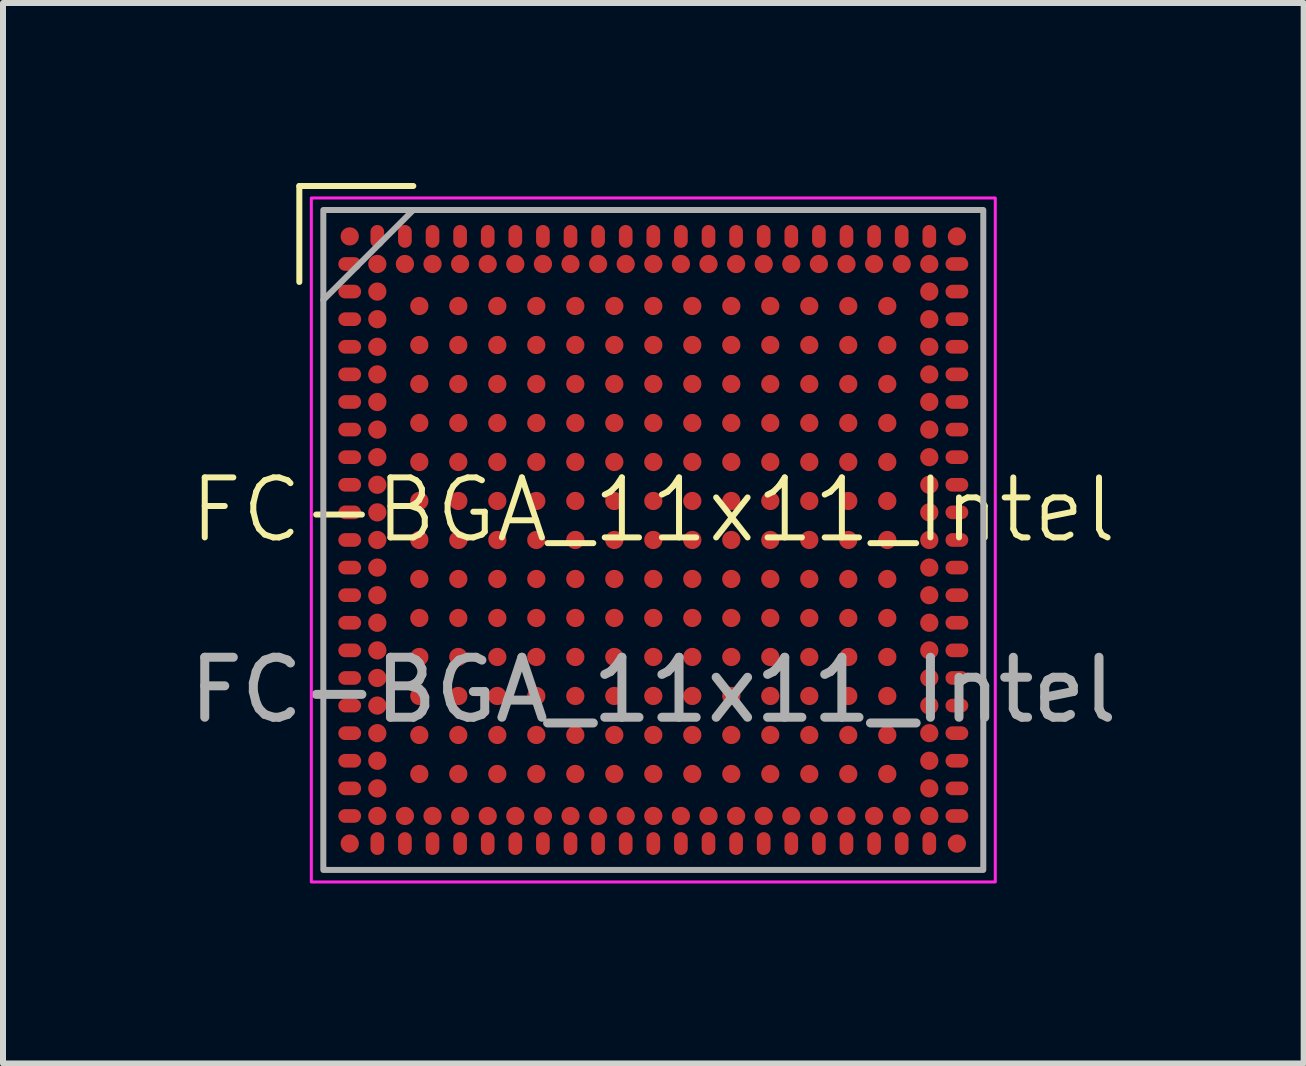
<source format=kicad_pcb>
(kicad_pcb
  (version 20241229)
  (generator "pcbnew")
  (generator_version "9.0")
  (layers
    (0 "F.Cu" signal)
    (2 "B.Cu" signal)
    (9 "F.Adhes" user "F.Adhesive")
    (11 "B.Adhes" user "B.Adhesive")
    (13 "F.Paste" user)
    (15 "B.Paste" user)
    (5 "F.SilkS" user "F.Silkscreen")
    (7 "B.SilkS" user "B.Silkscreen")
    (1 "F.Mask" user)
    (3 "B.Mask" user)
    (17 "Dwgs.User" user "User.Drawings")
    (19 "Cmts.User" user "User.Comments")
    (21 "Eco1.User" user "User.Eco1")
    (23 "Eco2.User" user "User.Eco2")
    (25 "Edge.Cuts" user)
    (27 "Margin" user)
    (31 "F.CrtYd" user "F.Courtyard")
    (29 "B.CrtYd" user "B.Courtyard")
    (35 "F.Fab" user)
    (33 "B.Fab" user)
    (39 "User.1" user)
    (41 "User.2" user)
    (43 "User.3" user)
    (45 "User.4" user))
  (footprint "FC-BGA_11x11_Intel"
    (layer "F.Cu")
    (at 7.839 5.95)
    (property "Reference" "FC-BGA_11x11_Intel" (at 0 -0.5 0) (unlocked yes) (layer "F.SilkS") (effects (font (size 1 1) (thickness 0.1))))
    (attr smd)
    (fp_line (start -5.9 -5.9) (end -5.9 -4.3) (stroke (width 0.1) (type default)) (layer "F.SilkS"))
    (fp_line (start -4 -5.9) (end -5.9 -5.9) (stroke (width 0.1) (type default)) (layer "F.SilkS"))
    (fp_rect (start -5.7 -5.7) (end 5.7 5.7) (stroke (width 0.05) (type default)) (fill no) (layer "F.CrtYd"))
    (fp_line (start -5.5 -4) (end -4 -5.5) (stroke (width 0.1) (type default)) (layer "F.Fab"))
    (fp_rect (start -5.5 -5.5) (end 5.5 5.5) (stroke (width 0.1) (type default)) (fill no) (layer "F.Fab"))
    (fp_text user "${REFERENCE}" (at 0 2.5 0) (unlocked yes) (layer "F.Fab") (effects (font (size 1 1) (thickness 0.15))))
    (pad "A1" smd circle (at -5.06 -5.06) (size 0.304 0.304) (layers "F.Cu" "F.Mask" "F.Paste"))
    (pad "A2" smd oval (at -4.6 -5.06) (size 0.228 0.38) (layers "F.Cu" "F.Mask" "F.Paste"))
    (pad "A3" smd oval (at -4.14 -5.06) (size 0.228 0.38) (layers "F.Cu" "F.Mask" "F.Paste"))
    (pad "A4" smd oval (at -3.68 -5.06) (size 0.228 0.38) (layers "F.Cu" "F.Mask" "F.Paste"))
    (pad "A5" smd oval (at -3.22 -5.06) (size 0.228 0.38) (layers "F.Cu" "F.Mask" "F.Paste"))
    (pad "A6" smd oval (at -2.76 -5.06) (size 0.228 0.38) (layers "F.Cu" "F.Mask" "F.Paste"))
    (pad "A7" smd oval (at -2.3 -5.06) (size 0.228 0.38) (layers "F.Cu" "F.Mask" "F.Paste"))
    (pad "A8" smd oval (at -1.84 -5.06) (size 0.228 0.38) (layers "F.Cu" "F.Mask" "F.Paste"))
    (pad "A9" smd oval (at -1.38 -5.06) (size 0.228 0.38) (layers "F.Cu" "F.Mask" "F.Paste"))
    (pad "A10" smd oval (at -0.92 -5.06) (size 0.228 0.38) (layers "F.Cu" "F.Mask" "F.Paste"))
    (pad "A11" smd oval (at -0.46 -5.06) (size 0.228 0.38) (layers "F.Cu" "F.Mask" "F.Paste"))
    (pad "A12" smd oval (at 0 -5.06) (size 0.228 0.38) (layers "F.Cu" "F.Mask" "F.Paste"))
    (pad "A13" smd oval (at 0.46 -5.06) (size 0.228 0.38) (layers "F.Cu" "F.Mask" "F.Paste"))
    (pad "A14" smd oval (at 0.92 -5.06) (size 0.228 0.38) (layers "F.Cu" "F.Mask" "F.Paste"))
    (pad "A15" smd oval (at 1.38 -5.06) (size 0.228 0.38) (layers "F.Cu" "F.Mask" "F.Paste"))
    (pad "A16" smd oval (at 1.84 -5.06) (size 0.228 0.38) (layers "F.Cu" "F.Mask" "F.Paste"))
    (pad "A17" smd oval (at 2.3 -5.06) (size 0.228 0.38) (layers "F.Cu" "F.Mask" "F.Paste"))
    (pad "A18" smd oval (at 2.76 -5.06) (size 0.228 0.38) (layers "F.Cu" "F.Mask" "F.Paste"))
    (pad "A19" smd oval (at 3.22 -5.06) (size 0.228 0.38) (layers "F.Cu" "F.Mask" "F.Paste"))
    (pad "A20" smd oval (at 3.68 -5.06) (size 0.228 0.38) (layers "F.Cu" "F.Mask" "F.Paste"))
    (pad "A21" smd oval (at 4.14 -5.06) (size 0.228 0.38) (layers "F.Cu" "F.Mask" "F.Paste"))
    (pad "A22" smd oval (at 4.6 -5.06) (size 0.228 0.38) (layers "F.Cu" "F.Mask" "F.Paste"))
    (pad "A23" smd circle (at 5.06 -5.06) (size 0.304 0.304) (layers "F.Cu" "F.Mask" "F.Paste"))
    (pad "AA1" smd oval (at -5.06 4.14) (size 0.38 0.228) (layers "F.Cu" "F.Mask" "F.Paste"))
    (pad "AA2" smd circle (at -4.6 4.14) (size 0.304 0.304) (layers "F.Cu" "F.Mask" "F.Paste"))
    (pad "AA22" smd circle (at 4.6 4.14) (size 0.304 0.304) (layers "F.Cu" "F.Mask" "F.Paste"))
    (pad "AA23" smd oval (at 5.06 4.14) (size 0.38 0.228) (layers "F.Cu" "F.Mask" "F.Paste"))
    (pad "AB1" smd oval (at -5.06 4.6) (size 0.38 0.228) (layers "F.Cu" "F.Mask" "F.Paste"))
    (pad "AB2" smd circle (at -4.6 4.6) (size 0.304 0.304) (layers "F.Cu" "F.Mask" "F.Paste"))
    (pad "AB3" smd circle (at -4.14 4.6) (size 0.304 0.304) (layers "F.Cu" "F.Mask" "F.Paste"))
    (pad "AB4" smd circle (at -3.68 4.6) (size 0.304 0.304) (layers "F.Cu" "F.Mask" "F.Paste"))
    (pad "AB5" smd circle (at -3.22 4.6) (size 0.304 0.304) (layers "F.Cu" "F.Mask" "F.Paste"))
    (pad "AB6" smd circle (at -2.76 4.6) (size 0.304 0.304) (layers "F.Cu" "F.Mask" "F.Paste"))
    (pad "AB7" smd circle (at -2.3 4.6) (size 0.304 0.304) (layers "F.Cu" "F.Mask" "F.Paste"))
    (pad "AB8" smd circle (at -1.84 4.6) (size 0.304 0.304) (layers "F.Cu" "F.Mask" "F.Paste"))
    (pad "AB9" smd circle (at -1.38 4.6) (size 0.304 0.304) (layers "F.Cu" "F.Mask" "F.Paste"))
    (pad "AB10" smd circle (at -0.92 4.6) (size 0.304 0.304) (layers "F.Cu" "F.Mask" "F.Paste"))
    (pad "AB11" smd circle (at -0.46 4.6) (size 0.304 0.304) (layers "F.Cu" "F.Mask" "F.Paste"))
    (pad "AB12" smd circle (at 0 4.6) (size 0.304 0.304) (layers "F.Cu" "F.Mask" "F.Paste"))
    (pad "AB13" smd circle (at 0.46 4.6) (size 0.304 0.304) (layers "F.Cu" "F.Mask" "F.Paste"))
    (pad "AB14" smd circle (at 0.92 4.6) (size 0.304 0.304) (layers "F.Cu" "F.Mask" "F.Paste"))
    (pad "AB15" smd circle (at 1.38 4.6) (size 0.304 0.304) (layers "F.Cu" "F.Mask" "F.Paste"))
    (pad "AB16" smd circle (at 1.84 4.6) (size 0.304 0.304) (layers "F.Cu" "F.Mask" "F.Paste"))
    (pad "AB17" smd circle (at 2.3 4.6) (size 0.304 0.304) (layers "F.Cu" "F.Mask" "F.Paste"))
    (pad "AB18" smd circle (at 2.76 4.6) (size 0.304 0.304) (layers "F.Cu" "F.Mask" "F.Paste"))
    (pad "AB19" smd circle (at 3.22 4.6) (size 0.304 0.304) (layers "F.Cu" "F.Mask" "F.Paste"))
    (pad "AB20" smd circle (at 3.68 4.6) (size 0.304 0.304) (layers "F.Cu" "F.Mask" "F.Paste"))
    (pad "AB21" smd circle (at 4.14 4.6) (size 0.304 0.304) (layers "F.Cu" "F.Mask" "F.Paste"))
    (pad "AB22" smd circle (at 4.6 4.6) (size 0.304 0.304) (layers "F.Cu" "F.Mask" "F.Paste"))
    (pad "AB23" smd oval (at 5.06 4.6) (size 0.38 0.228) (layers "F.Cu" "F.Mask" "F.Paste"))
    (pad "AC1" smd circle (at -5.06 5.06) (size 0.304 0.304) (layers "F.Cu" "F.Mask" "F.Paste"))
    (pad "AC2" smd oval (at -4.6 5.06) (size 0.228 0.38) (layers "F.Cu" "F.Mask" "F.Paste"))
    (pad "AC3" smd oval (at -4.14 5.06) (size 0.228 0.38) (layers "F.Cu" "F.Mask" "F.Paste"))
    (pad "AC4" smd oval (at -3.68 5.06) (size 0.228 0.38) (layers "F.Cu" "F.Mask" "F.Paste"))
    (pad "AC5" smd oval (at -3.22 5.06) (size 0.228 0.38) (layers "F.Cu" "F.Mask" "F.Paste"))
    (pad "AC6" smd oval (at -2.76 5.06) (size 0.228 0.38) (layers "F.Cu" "F.Mask" "F.Paste"))
    (pad "AC7" smd oval (at -2.3 5.06) (size 0.228 0.38) (layers "F.Cu" "F.Mask" "F.Paste"))
    (pad "AC8" smd oval (at -1.84 5.06) (size 0.228 0.38) (layers "F.Cu" "F.Mask" "F.Paste"))
    (pad "AC9" smd oval (at -1.38 5.06) (size 0.228 0.38) (layers "F.Cu" "F.Mask" "F.Paste"))
    (pad "AC10" smd oval (at -0.92 5.06) (size 0.228 0.38) (layers "F.Cu" "F.Mask" "F.Paste"))
    (pad "AC11" smd oval (at -0.46 5.06) (size 0.228 0.38) (layers "F.Cu" "F.Mask" "F.Paste"))
    (pad "AC12" smd oval (at 0 5.06) (size 0.228 0.38) (layers "F.Cu" "F.Mask" "F.Paste"))
    (pad "AC13" smd oval (at 0.46 5.06) (size 0.228 0.38) (layers "F.Cu" "F.Mask" "F.Paste"))
    (pad "AC14" smd oval (at 0.92 5.06) (size 0.228 0.38) (layers "F.Cu" "F.Mask" "F.Paste"))
    (pad "AC15" smd oval (at 1.38 5.06) (size 0.228 0.38) (layers "F.Cu" "F.Mask" "F.Paste"))
    (pad "AC16" smd oval (at 1.84 5.06) (size 0.228 0.38) (layers "F.Cu" "F.Mask" "F.Paste"))
    (pad "AC17" smd oval (at 2.3 5.06) (size 0.228 0.38) (layers "F.Cu" "F.Mask" "F.Paste"))
    (pad "AC18" smd oval (at 2.76 5.06) (size 0.228 0.38) (layers "F.Cu" "F.Mask" "F.Paste"))
    (pad "AC19" smd oval (at 3.22 5.06) (size 0.228 0.38) (layers "F.Cu" "F.Mask" "F.Paste"))
    (pad "AC20" smd oval (at 3.68 5.06) (size 0.228 0.38) (layers "F.Cu" "F.Mask" "F.Paste"))
    (pad "AC21" smd oval (at 4.14 5.06) (size 0.228 0.38) (layers "F.Cu" "F.Mask" "F.Paste"))
    (pad "AC22" smd oval (at 4.6 5.06) (size 0.228 0.38) (layers "F.Cu" "F.Mask" "F.Paste"))
    (pad "AC23" smd circle (at 5.06 5.06) (size 0.304 0.304) (layers "F.Cu" "F.Mask" "F.Paste"))
    (pad "B1" smd oval (at -5.06 -4.6) (size 0.38 0.228) (layers "F.Cu" "F.Mask" "F.Paste"))
    (pad "B2" smd circle (at -4.6 -4.6) (size 0.304 0.304) (layers "F.Cu" "F.Mask" "F.Paste"))
    (pad "B3" smd circle (at -4.14 -4.6) (size 0.304 0.304) (layers "F.Cu" "F.Mask" "F.Paste"))
    (pad "B4" smd circle (at -3.68 -4.6) (size 0.304 0.304) (layers "F.Cu" "F.Mask" "F.Paste"))
    (pad "B5" smd circle (at -3.22 -4.6) (size 0.304 0.304) (layers "F.Cu" "F.Mask" "F.Paste"))
    (pad "B6" smd circle (at -2.76 -4.6) (size 0.304 0.304) (layers "F.Cu" "F.Mask" "F.Paste"))
    (pad "B7" smd circle (at -2.3 -4.6) (size 0.304 0.304) (layers "F.Cu" "F.Mask" "F.Paste"))
    (pad "B8" smd circle (at -1.84 -4.6) (size 0.304 0.304) (layers "F.Cu" "F.Mask" "F.Paste"))
    (pad "B9" smd circle (at -1.38 -4.6) (size 0.304 0.304) (layers "F.Cu" "F.Mask" "F.Paste"))
    (pad "B10" smd circle (at -0.92 -4.6) (size 0.304 0.304) (layers "F.Cu" "F.Mask" "F.Paste"))
    (pad "B11" smd circle (at -0.46 -4.6) (size 0.304 0.304) (layers "F.Cu" "F.Mask" "F.Paste"))
    (pad "B12" smd circle (at 0 -4.6) (size 0.304 0.304) (layers "F.Cu" "F.Mask" "F.Paste"))
    (pad "B13" smd circle (at 0.46 -4.6) (size 0.304 0.304) (layers "F.Cu" "F.Mask" "F.Paste"))
    (pad "B14" smd circle (at 0.92 -4.6) (size 0.304 0.304) (layers "F.Cu" "F.Mask" "F.Paste"))
    (pad "B15" smd circle (at 1.38 -4.6) (size 0.304 0.304) (layers "F.Cu" "F.Mask" "F.Paste"))
    (pad "B16" smd circle (at 1.84 -4.6) (size 0.304 0.304) (layers "F.Cu" "F.Mask" "F.Paste"))
    (pad "B17" smd circle (at 2.3 -4.6) (size 0.304 0.304) (layers "F.Cu" "F.Mask" "F.Paste"))
    (pad "B18" smd circle (at 2.76 -4.6) (size 0.304 0.304) (layers "F.Cu" "F.Mask" "F.Paste"))
    (pad "B19" smd circle (at 3.22 -4.6) (size 0.304 0.304) (layers "F.Cu" "F.Mask" "F.Paste"))
    (pad "B20" smd circle (at 3.68 -4.6) (size 0.304 0.304) (layers "F.Cu" "F.Mask" "F.Paste"))
    (pad "B21" smd circle (at 4.14 -4.6) (size 0.304 0.304) (layers "F.Cu" "F.Mask" "F.Paste"))
    (pad "B22" smd circle (at 4.6 -4.6) (size 0.304 0.304) (layers "F.Cu" "F.Mask" "F.Paste"))
    (pad "B23" smd oval (at 5.06 -4.6) (size 0.38 0.228) (layers "F.Cu" "F.Mask" "F.Paste"))
    (pad "C1" smd oval (at -5.06 -4.14) (size 0.38 0.228) (layers "F.Cu" "F.Mask" "F.Paste"))
    (pad "C2" smd circle (at -4.6 -4.14) (size 0.304 0.304) (layers "F.Cu" "F.Mask" "F.Paste"))
    (pad "C22" smd circle (at 4.6 -4.14) (size 0.304 0.304) (layers "F.Cu" "F.Mask" "F.Paste"))
    (pad "C23" smd oval (at 5.06 -4.14) (size 0.38 0.228) (layers "F.Cu" "F.Mask" "F.Paste"))
    (pad "D1" smd oval (at -5.06 -3.68) (size 0.38 0.228) (layers "F.Cu" "F.Mask" "F.Paste"))
    (pad "D2" smd circle (at -4.6 -3.68) (size 0.304 0.304) (layers "F.Cu" "F.Mask" "F.Paste"))
    (pad "D4" smd circle (at -3.9 -3.9) (size 0.304 0.304) (layers "F.Cu" "F.Mask" "F.Paste"))
    (pad "D5" smd circle (at -3.25 -3.9) (size 0.304 0.304) (layers "F.Cu" "F.Mask" "F.Paste"))
    (pad "D6" smd circle (at -2.6 -3.9) (size 0.304 0.304) (layers "F.Cu" "F.Mask" "F.Paste"))
    (pad "D8" smd circle (at -1.95 -3.9) (size 0.304 0.304) (layers "F.Cu" "F.Mask" "F.Paste"))
    (pad "D9" smd circle (at -1.3 -3.9) (size 0.304 0.304) (layers "F.Cu" "F.Mask" "F.Paste"))
    (pad "D11" smd circle (at -0.65 -3.9) (size 0.304 0.304) (layers "F.Cu" "F.Mask" "F.Paste"))
    (pad "D12" smd circle (at 0 -3.9 90) (size 0.304 0.304) (layers "F.Cu" "F.Mask" "F.Paste"))
    (pad "D13" smd circle (at 0.65 -3.9) (size 0.304 0.304) (layers "F.Cu" "F.Mask" "F.Paste"))
    (pad "D15" smd circle (at 1.3 -3.9) (size 0.304 0.304) (layers "F.Cu" "F.Mask" "F.Paste"))
    (pad "D16" smd circle (at 1.95 -3.9) (size 0.304 0.304) (layers "F.Cu" "F.Mask" "F.Paste"))
    (pad "D18" smd circle (at 2.6 -3.9) (size 0.304 0.304) (layers "F.Cu" "F.Mask" "F.Paste"))
    (pad "D19" smd circle (at 3.25 -3.9) (size 0.304 0.304) (layers "F.Cu" "F.Mask" "F.Paste"))
    (pad "D20" smd circle (at 3.9 -3.9) (size 0.304 0.304) (layers "F.Cu" "F.Mask" "F.Paste"))
    (pad "D22" smd circle (at 4.6 -3.68) (size 0.304 0.304) (layers "F.Cu" "F.Mask" "F.Paste"))
    (pad "D23" smd oval (at 5.06 -3.68) (size 0.38 0.228) (layers "F.Cu" "F.Mask" "F.Paste"))
    (pad "E1" smd oval (at -5.06 -3.22) (size 0.38 0.228) (layers "F.Cu" "F.Mask" "F.Paste"))
    (pad "E2" smd circle (at -4.6 -3.22) (size 0.304 0.304) (layers "F.Cu" "F.Mask" "F.Paste"))
    (pad "E4" smd circle (at -3.9 -3.25) (size 0.304 0.304) (layers "F.Cu" "F.Mask" "F.Paste"))
    (pad "E5" smd circle (at -3.25 -3.25) (size 0.304 0.304) (layers "F.Cu" "F.Mask" "F.Paste"))
    (pad "E6" smd circle (at -2.6 -3.25) (size 0.304 0.304) (layers "F.Cu" "F.Mask" "F.Paste"))
    (pad "E8" smd circle (at -1.95 -3.25) (size 0.304 0.304) (layers "F.Cu" "F.Mask" "F.Paste"))
    (pad "E9" smd circle (at -1.3 -3.25) (size 0.304 0.304) (layers "F.Cu" "F.Mask" "F.Paste"))
    (pad "E11" smd circle (at -0.65 -3.25) (size 0.304 0.304) (layers "F.Cu" "F.Mask" "F.Paste"))
    (pad "E12" smd circle (at 0 -3.25) (size 0.304 0.304) (layers "F.Cu" "F.Mask" "F.Paste"))
    (pad "E13" smd circle (at 0.65 -3.25) (size 0.304 0.304) (layers "F.Cu" "F.Mask" "F.Paste"))
    (pad "E15" smd circle (at 1.3 -3.25) (size 0.304 0.304) (layers "F.Cu" "F.Mask" "F.Paste"))
    (pad "E16" smd circle (at 1.95 -3.25) (size 0.304 0.304) (layers "F.Cu" "F.Mask" "F.Paste"))
    (pad "E18" smd circle (at 2.6 -3.25) (size 0.304 0.304) (layers "F.Cu" "F.Mask" "F.Paste"))
    (pad "E19" smd circle (at 3.25 -3.25) (size 0.304 0.304) (layers "F.Cu" "F.Mask" "F.Paste"))
    (pad "E20" smd circle (at 3.9 -3.25) (size 0.304 0.304) (layers "F.Cu" "F.Mask" "F.Paste"))
    (pad "E22" smd circle (at 4.6 -3.22) (size 0.304 0.304) (layers "F.Cu" "F.Mask" "F.Paste"))
    (pad "E23" smd oval (at 5.06 -3.22) (size 0.38 0.228) (layers "F.Cu" "F.Mask" "F.Paste"))
    (pad "F1" smd oval (at -5.06 -2.76) (size 0.38 0.228) (layers "F.Cu" "F.Mask" "F.Paste"))
    (pad "F2" smd circle (at -4.6 -2.76) (size 0.304 0.304) (layers "F.Cu" "F.Mask" "F.Paste"))
    (pad "F4" smd circle (at -3.9 -2.6) (size 0.304 0.304) (layers "F.Cu" "F.Mask" "F.Paste"))
    (pad "F5" smd circle (at -3.25 -2.6) (size 0.304 0.304) (layers "F.Cu" "F.Mask" "F.Paste"))
    (pad "F6" smd circle (at -2.6 -2.6) (size 0.304 0.304) (layers "F.Cu" "F.Mask" "F.Paste"))
    (pad "F8" smd circle (at -1.95 -2.6) (size 0.304 0.304) (layers "F.Cu" "F.Mask" "F.Paste"))
    (pad "F9" smd circle (at -1.3 -2.6) (size 0.304 0.304) (layers "F.Cu" "F.Mask" "F.Paste"))
    (pad "F11" smd circle (at -0.65 -2.6) (size 0.304 0.304) (layers "F.Cu" "F.Mask" "F.Paste"))
    (pad "F12" smd circle (at 0 -2.6) (size 0.304 0.304) (layers "F.Cu" "F.Mask" "F.Paste"))
    (pad "F13" smd circle (at 0.65 -2.6) (size 0.304 0.304) (layers "F.Cu" "F.Mask" "F.Paste"))
    (pad "F15" smd circle (at 1.3 -2.6) (size 0.304 0.304) (layers "F.Cu" "F.Mask" "F.Paste"))
    (pad "F16" smd circle (at 1.95 -2.6) (size 0.304 0.304) (layers "F.Cu" "F.Mask" "F.Paste"))
    (pad "F18" smd circle (at 2.6 -2.6) (size 0.304 0.304) (layers "F.Cu" "F.Mask" "F.Paste"))
    (pad "F19" smd circle (at 3.25 -2.6) (size 0.304 0.304) (layers "F.Cu" "F.Mask" "F.Paste"))
    (pad "F20" smd circle (at 3.9 -2.6) (size 0.304 0.304) (layers "F.Cu" "F.Mask" "F.Paste"))
    (pad "F22" smd circle (at 4.6 -2.76) (size 0.304 0.304) (layers "F.Cu" "F.Mask" "F.Paste"))
    (pad "F23" smd oval (at 5.06 -2.76) (size 0.38 0.228) (layers "F.Cu" "F.Mask" "F.Paste"))
    (pad "G1" smd oval (at -5.06 -2.3) (size 0.38 0.228) (layers "F.Cu" "F.Mask" "F.Paste"))
    (pad "G2" smd circle (at -4.6 -2.3) (size 0.304 0.304) (layers "F.Cu" "F.Mask" "F.Paste"))
    (pad "G22" smd circle (at 4.6 -2.3) (size 0.304 0.304) (layers "F.Cu" "F.Mask" "F.Paste"))
    (pad "G23" smd oval (at 5.06 -2.3) (size 0.38 0.228) (layers "F.Cu" "F.Mask" "F.Paste"))
    (pad "H1" smd oval (at -5.06 -1.84) (size 0.38 0.228) (layers "F.Cu" "F.Mask" "F.Paste"))
    (pad "H2" smd circle (at -4.6 -1.84) (size 0.304 0.304) (layers "F.Cu" "F.Mask" "F.Paste"))
    (pad "H4" smd circle (at -3.9 -1.95) (size 0.304 0.304) (layers "F.Cu" "F.Mask" "F.Paste"))
    (pad "H5" smd circle (at -3.25 -1.95) (size 0.304 0.304) (layers "F.Cu" "F.Mask" "F.Paste"))
    (pad "H6" smd circle (at -2.6 -1.95) (size 0.304 0.304) (layers "F.Cu" "F.Mask" "F.Paste"))
    (pad "H8" smd circle (at -1.95 -1.95) (size 0.304 0.304) (layers "F.Cu" "F.Mask" "F.Paste"))
    (pad "H9" smd circle (at -1.3 -1.95) (size 0.304 0.304) (layers "F.Cu" "F.Mask" "F.Paste"))
    (pad "H11" smd circle (at -0.65 -1.95) (size 0.304 0.304) (layers "F.Cu" "F.Mask" "F.Paste"))
    (pad "H12" smd circle (at 0 -1.95) (size 0.304 0.304) (layers "F.Cu" "F.Mask" "F.Paste"))
    (pad "H13" smd circle (at 0.65 -1.95) (size 0.304 0.304) (layers "F.Cu" "F.Mask" "F.Paste"))
    (pad "H15" smd circle (at 1.3 -1.95) (size 0.304 0.304) (layers "F.Cu" "F.Mask" "F.Paste"))
    (pad "H16" smd circle (at 1.95 -1.95) (size 0.304 0.304) (layers "F.Cu" "F.Mask" "F.Paste"))
    (pad "H18" smd circle (at 2.6 -1.95) (size 0.304 0.304) (layers "F.Cu" "F.Mask" "F.Paste"))
    (pad "H19" smd circle (at 3.25 -1.95) (size 0.304 0.304) (layers "F.Cu" "F.Mask" "F.Paste"))
    (pad "H20" smd circle (at 3.9 -1.95) (size 0.304 0.304) (layers "F.Cu" "F.Mask" "F.Paste"))
    (pad "H22" smd circle (at 4.6 -1.84) (size 0.304 0.304) (layers "F.Cu" "F.Mask" "F.Paste"))
    (pad "H23" smd oval (at 5.06 -1.84) (size 0.38 0.228) (layers "F.Cu" "F.Mask" "F.Paste"))
    (pad "J1" smd oval (at -5.06 -1.38) (size 0.38 0.228) (layers "F.Cu" "F.Mask" "F.Paste"))
    (pad "J2" smd circle (at -4.6 -1.38) (size 0.304 0.304) (layers "F.Cu" "F.Mask" "F.Paste"))
    (pad "J4" smd circle (at -3.9 -1.3) (size 0.304 0.304) (layers "F.Cu" "F.Mask" "F.Paste"))
    (pad "J5" smd circle (at -3.25 -1.3) (size 0.304 0.304) (layers "F.Cu" "F.Mask" "F.Paste"))
    (pad "J6" smd circle (at -2.6 -1.3) (size 0.304 0.304) (layers "F.Cu" "F.Mask" "F.Paste"))
    (pad "J8" smd circle (at -1.95 -1.3) (size 0.304 0.304) (layers "F.Cu" "F.Mask" "F.Paste"))
    (pad "J9" smd circle (at -1.3 -1.3) (size 0.304 0.304) (layers "F.Cu" "F.Mask" "F.Paste"))
    (pad "J11" smd circle (at -0.65 -1.3) (size 0.304 0.304) (layers "F.Cu" "F.Mask" "F.Paste"))
    (pad "J12" smd circle (at 0 -1.3) (size 0.304 0.304) (layers "F.Cu" "F.Mask" "F.Paste"))
    (pad "J13" smd circle (at 0.65 -1.3) (size 0.304 0.304) (layers "F.Cu" "F.Mask" "F.Paste"))
    (pad "J15" smd circle (at 1.3 -1.3) (size 0.304 0.304) (layers "F.Cu" "F.Mask" "F.Paste"))
    (pad "J16" smd circle (at 1.95 -1.3) (size 0.304 0.304) (layers "F.Cu" "F.Mask" "F.Paste"))
    (pad "J18" smd circle (at 2.6 -1.3) (size 0.304 0.304) (layers "F.Cu" "F.Mask" "F.Paste"))
    (pad "J19" smd circle (at 3.25 -1.3) (size 0.304 0.304) (layers "F.Cu" "F.Mask" "F.Paste"))
    (pad "J20" smd circle (at 3.9 -1.3) (size 0.304 0.304) (layers "F.Cu" "F.Mask" "F.Paste"))
    (pad "J22" smd circle (at 4.6 -1.38) (size 0.304 0.304) (layers "F.Cu" "F.Mask" "F.Paste"))
    (pad "J23" smd oval (at 5.06 -1.38) (size 0.38 0.228) (layers "F.Cu" "F.Mask" "F.Paste"))
    (pad "K1" smd oval (at -5.06 -0.92) (size 0.38 0.228) (layers "F.Cu" "F.Mask" "F.Paste"))
    (pad "K2" smd circle (at -4.6 -0.92) (size 0.304 0.304) (layers "F.Cu" "F.Mask" "F.Paste"))
    (pad "K22" smd circle (at 4.6 -0.92) (size 0.304 0.304) (layers "F.Cu" "F.Mask" "F.Paste"))
    (pad "K23" smd oval (at 5.06 -0.92) (size 0.38 0.228) (layers "F.Cu" "F.Mask" "F.Paste"))
    (pad "L1" smd oval (at -5.06 -0.46) (size 0.38 0.228) (layers "F.Cu" "F.Mask" "F.Paste"))
    (pad "L2" smd circle (at -4.6 -0.46) (size 0.304 0.304) (layers "F.Cu" "F.Mask" "F.Paste"))
    (pad "L4" smd circle (at -3.9 -0.65) (size 0.304 0.304) (layers "F.Cu" "F.Mask" "F.Paste"))
    (pad "L5" smd circle (at -3.25 -0.65) (size 0.304 0.304) (layers "F.Cu" "F.Mask" "F.Paste"))
    (pad "L6" smd circle (at -2.6 -0.65) (size 0.304 0.304) (layers "F.Cu" "F.Mask" "F.Paste"))
    (pad "L8" smd circle (at -1.95 -0.65) (size 0.304 0.304) (layers "F.Cu" "F.Mask" "F.Paste"))
    (pad "L9" smd circle (at -1.3 -0.65) (size 0.304 0.304) (layers "F.Cu" "F.Mask" "F.Paste"))
    (pad "L11" smd circle (at -0.65 -0.65) (size 0.304 0.304) (layers "F.Cu" "F.Mask" "F.Paste"))
    (pad "L12" smd circle (at 0 -0.65) (size 0.304 0.304) (layers "F.Cu" "F.Mask" "F.Paste"))
    (pad "L13" smd circle (at 0.65 -0.65) (size 0.304 0.304) (layers "F.Cu" "F.Mask" "F.Paste"))
    (pad "L15" smd circle (at 1.3 -0.65) (size 0.304 0.304) (layers "F.Cu" "F.Mask" "F.Paste"))
    (pad "L16" smd circle (at 1.95 -0.65) (size 0.304 0.304) (layers "F.Cu" "F.Mask" "F.Paste"))
    (pad "L18" smd circle (at 2.6 -0.65) (size 0.304 0.304) (layers "F.Cu" "F.Mask" "F.Paste"))
    (pad "L19" smd circle (at 3.25 -0.65) (size 0.304 0.304) (layers "F.Cu" "F.Mask" "F.Paste"))
    (pad "L20" smd circle (at 3.9 -0.65) (size 0.304 0.304) (layers "F.Cu" "F.Mask" "F.Paste"))
    (pad "L22" smd circle (at 4.6 -0.46) (size 0.304 0.304) (layers "F.Cu" "F.Mask" "F.Paste"))
    (pad "L23" smd oval (at 5.06 -0.46) (size 0.38 0.228) (layers "F.Cu" "F.Mask" "F.Paste"))
    (pad "M1" smd oval (at -5.06 0) (size 0.38 0.228) (layers "F.Cu" "F.Mask" "F.Paste"))
    (pad "M2" smd circle (at -4.6 0) (size 0.304 0.304) (layers "F.Cu" "F.Mask" "F.Paste"))
    (pad "M4" smd circle (at -3.9 0) (size 0.304 0.304) (layers "F.Cu" "F.Mask" "F.Paste"))
    (pad "M5" smd circle (at -3.25 0) (size 0.304 0.304) (layers "F.Cu" "F.Mask" "F.Paste"))
    (pad "M6" smd circle (at -2.6 0) (size 0.304 0.304) (layers "F.Cu" "F.Mask" "F.Paste"))
    (pad "M8" smd circle (at -1.95 0) (size 0.304 0.304) (layers "F.Cu" "F.Mask" "F.Paste"))
    (pad "M9" smd circle (at -1.3 0) (size 0.304 0.304) (layers "F.Cu" "F.Mask" "F.Paste"))
    (pad "M11" smd circle (at -0.65 0) (size 0.304 0.304) (layers "F.Cu" "F.Mask" "F.Paste"))
    (pad "M12" smd circle (at 0 0) (size 0.304 0.304) (layers "F.Cu" "F.Mask" "F.Paste"))
    (pad "M13" smd circle (at 0.65 0) (size 0.304 0.304) (layers "F.Cu" "F.Mask" "F.Paste"))
    (pad "M15" smd circle (at 1.3 0) (size 0.304 0.304) (layers "F.Cu" "F.Mask" "F.Paste"))
    (pad "M16" smd circle (at 1.95 0) (size 0.304 0.304) (layers "F.Cu" "F.Mask" "F.Paste"))
    (pad "M18" smd circle (at 2.6 0) (size 0.304 0.304) (layers "F.Cu" "F.Mask" "F.Paste"))
    (pad "M19" smd circle (at 3.25 0) (size 0.304 0.304) (layers "F.Cu" "F.Mask" "F.Paste"))
    (pad "M20" smd circle (at 3.9 0) (size 0.304 0.304) (layers "F.Cu" "F.Mask" "F.Paste"))
    (pad "M22" smd circle (at 4.6 0) (size 0.304 0.304) (layers "F.Cu" "F.Mask" "F.Paste"))
    (pad "M23" smd oval (at 5.06 0) (size 0.38 0.228) (layers "F.Cu" "F.Mask" "F.Paste"))
    (pad "N1" smd oval (at -5.06 0.46) (size 0.38 0.228) (layers "F.Cu" "F.Mask" "F.Paste"))
    (pad "N2" smd circle (at -4.6 0.46) (size 0.304 0.304) (layers "F.Cu" "F.Mask" "F.Paste"))
    (pad "N4" smd circle (at -3.9 0.65) (size 0.304 0.304) (layers "F.Cu" "F.Mask" "F.Paste"))
    (pad "N5" smd circle (at -3.25 0.65) (size 0.304 0.304) (layers "F.Cu" "F.Mask" "F.Paste"))
    (pad "N6" smd circle (at -2.6 0.65) (size 0.304 0.304) (layers "F.Cu" "F.Mask" "F.Paste"))
    (pad "N8" smd circle (at -1.95 0.65) (size 0.304 0.304) (layers "F.Cu" "F.Mask" "F.Paste"))
    (pad "N9" smd circle (at -1.3 0.65) (size 0.304 0.304) (layers "F.Cu" "F.Mask" "F.Paste"))
    (pad "N11" smd circle (at -0.65 0.65) (size 0.304 0.304) (layers "F.Cu" "F.Mask" "F.Paste"))
    (pad "N12" smd circle (at 0 0.65) (size 0.304 0.304) (layers "F.Cu" "F.Mask" "F.Paste"))
    (pad "N13" smd circle (at 0.65 0.65) (size 0.304 0.304) (layers "F.Cu" "F.Mask" "F.Paste"))
    (pad "N15" smd circle (at 1.3 0.65) (size 0.304 0.304) (layers "F.Cu" "F.Mask" "F.Paste"))
    (pad "N16" smd circle (at 1.95 0.65) (size 0.304 0.304) (layers "F.Cu" "F.Mask" "F.Paste"))
    (pad "N18" smd circle (at 2.6 0.65) (size 0.304 0.304) (layers "F.Cu" "F.Mask" "F.Paste"))
    (pad "N19" smd circle (at 3.25 0.65) (size 0.304 0.304) (layers "F.Cu" "F.Mask" "F.Paste"))
    (pad "N20" smd circle (at 3.9 0.65) (size 0.304 0.304) (layers "F.Cu" "F.Mask" "F.Paste"))
    (pad "N22" smd circle (at 4.6 0.46) (size 0.304 0.304) (layers "F.Cu" "F.Mask" "F.Paste"))
    (pad "N23" smd oval (at 5.06 0.46) (size 0.38 0.228) (layers "F.Cu" "F.Mask" "F.Paste"))
    (pad "P1" smd oval (at -5.06 0.92) (size 0.38 0.228) (layers "F.Cu" "F.Mask" "F.Paste"))
    (pad "P2" smd circle (at -4.6 0.92) (size 0.304 0.304) (layers "F.Cu" "F.Mask" "F.Paste"))
    (pad "P22" smd circle (at 4.6 0.92) (size 0.304 0.304) (layers "F.Cu" "F.Mask" "F.Paste"))
    (pad "P23" smd oval (at 5.06 0.92) (size 0.38 0.228) (layers "F.Cu" "F.Mask" "F.Paste"))
    (pad "R1" smd oval (at -5.06 1.38) (size 0.38 0.228) (layers "F.Cu" "F.Mask" "F.Paste"))
    (pad "R2" smd circle (at -4.6 1.38) (size 0.304 0.304) (layers "F.Cu" "F.Mask" "F.Paste"))
    (pad "R4" smd circle (at -3.9 1.3) (size 0.304 0.304) (layers "F.Cu" "F.Mask" "F.Paste"))
    (pad "R5" smd circle (at -3.25 1.3) (size 0.304 0.304) (layers "F.Cu" "F.Mask" "F.Paste"))
    (pad "R6" smd circle (at -2.6 1.3) (size 0.304 0.304) (layers "F.Cu" "F.Mask" "F.Paste"))
    (pad "R8" smd circle (at -1.95 1.3) (size 0.304 0.304) (layers "F.Cu" "F.Mask" "F.Paste"))
    (pad "R9" smd circle (at -1.3 1.3) (size 0.304 0.304) (layers "F.Cu" "F.Mask" "F.Paste"))
    (pad "R11" smd circle (at -0.65 1.3) (size 0.304 0.304) (layers "F.Cu" "F.Mask" "F.Paste"))
    (pad "R12" smd circle (at 0 1.3) (size 0.304 0.304) (layers "F.Cu" "F.Mask" "F.Paste"))
    (pad "R13" smd circle (at 0.65 1.3) (size 0.304 0.304) (layers "F.Cu" "F.Mask" "F.Paste"))
    (pad "R15" smd circle (at 1.3 1.3) (size 0.304 0.304) (layers "F.Cu" "F.Mask" "F.Paste"))
    (pad "R16" smd circle (at 1.95 1.3) (size 0.304 0.304) (layers "F.Cu" "F.Mask" "F.Paste"))
    (pad "R18" smd circle (at 2.6 1.3) (size 0.304 0.304) (layers "F.Cu" "F.Mask" "F.Paste"))
    (pad "R19" smd circle (at 3.25 1.3) (size 0.304 0.304) (layers "F.Cu" "F.Mask" "F.Paste"))
    (pad "R20" smd circle (at 3.9 1.3) (size 0.304 0.304) (layers "F.Cu" "F.Mask" "F.Paste"))
    (pad "R22" smd circle (at 4.6 1.38) (size 0.304 0.304) (layers "F.Cu" "F.Mask" "F.Paste"))
    (pad "R23" smd oval (at 5.06 1.38) (size 0.38 0.228) (layers "F.Cu" "F.Mask" "F.Paste"))
    (pad "T1" smd oval (at -5.06 1.84) (size 0.38 0.228) (layers "F.Cu" "F.Mask" "F.Paste"))
    (pad "T2" smd circle (at -4.6 1.84) (size 0.304 0.304) (layers "F.Cu" "F.Mask" "F.Paste"))
    (pad "T4" smd circle (at -3.9 1.95) (size 0.304 0.304) (layers "F.Cu" "F.Mask" "F.Paste"))
    (pad "T5" smd circle (at -3.25 1.95) (size 0.304 0.304) (layers "F.Cu" "F.Mask" "F.Paste"))
    (pad "T6" smd circle (at -2.6 1.95) (size 0.304 0.304) (layers "F.Cu" "F.Mask" "F.Paste"))
    (pad "T8" smd circle (at -1.95 1.95) (size 0.304 0.304) (layers "F.Cu" "F.Mask" "F.Paste"))
    (pad "T9" smd circle (at -1.3 1.95) (size 0.304 0.304) (layers "F.Cu" "F.Mask" "F.Paste"))
    (pad "T11" smd circle (at -0.65 1.95) (size 0.304 0.304) (layers "F.Cu" "F.Mask" "F.Paste"))
    (pad "T12" smd circle (at 0 1.95) (size 0.304 0.304) (layers "F.Cu" "F.Mask" "F.Paste"))
    (pad "T13" smd circle (at 0.65 1.95) (size 0.304 0.304) (layers "F.Cu" "F.Mask" "F.Paste"))
    (pad "T15" smd circle (at 1.3 1.95) (size 0.304 0.304) (layers "F.Cu" "F.Mask" "F.Paste"))
    (pad "T16" smd circle (at 1.95 1.95) (size 0.304 0.304) (layers "F.Cu" "F.Mask" "F.Paste"))
    (pad "T18" smd circle (at 2.6 1.95) (size 0.304 0.304) (layers "F.Cu" "F.Mask" "F.Paste"))
    (pad "T19" smd circle (at 3.25 1.95) (size 0.304 0.304) (layers "F.Cu" "F.Mask" "F.Paste"))
    (pad "T20" smd circle (at 3.9 1.95) (size 0.304 0.304) (layers "F.Cu" "F.Mask" "F.Paste"))
    (pad "T22" smd circle (at 4.6 1.84) (size 0.304 0.304) (layers "F.Cu" "F.Mask" "F.Paste"))
    (pad "T23" smd oval (at 5.06 1.84) (size 0.38 0.228) (layers "F.Cu" "F.Mask" "F.Paste"))
    (pad "U1" smd oval (at -5.06 2.3) (size 0.38 0.228) (layers "F.Cu" "F.Mask" "F.Paste"))
    (pad "U2" smd circle (at -4.6 2.3) (size 0.304 0.304) (layers "F.Cu" "F.Mask" "F.Paste"))
    (pad "U22" smd circle (at 4.6 2.3) (size 0.304 0.304) (layers "F.Cu" "F.Mask" "F.Paste"))
    (pad "U23" smd oval (at 5.06 2.3) (size 0.38 0.228) (layers "F.Cu" "F.Mask" "F.Paste"))
    (pad "V1" smd oval (at -5.06 2.76) (size 0.38 0.228) (layers "F.Cu" "F.Mask" "F.Paste"))
    (pad "V2" smd circle (at -4.6 2.76) (size 0.304 0.304) (layers "F.Cu" "F.Mask" "F.Paste"))
    (pad "V4" smd circle (at -3.9 2.6) (size 0.304 0.304) (layers "F.Cu" "F.Mask" "F.Paste"))
    (pad "V5" smd circle (at -3.25 2.6) (size 0.304 0.304) (layers "F.Cu" "F.Mask" "F.Paste"))
    (pad "V6" smd circle (at -2.6 2.6) (size 0.304 0.304) (layers "F.Cu" "F.Mask" "F.Paste"))
    (pad "V8" smd circle (at -1.95 2.6) (size 0.304 0.304) (layers "F.Cu" "F.Mask" "F.Paste"))
    (pad "V9" smd circle (at -1.3 2.6) (size 0.304 0.304) (layers "F.Cu" "F.Mask" "F.Paste"))
    (pad "V11" smd circle (at -0.65 2.6) (size 0.304 0.304) (layers "F.Cu" "F.Mask" "F.Paste"))
    (pad "V12" smd circle (at 0 2.6) (size 0.304 0.304) (layers "F.Cu" "F.Mask" "F.Paste"))
    (pad "V13" smd circle (at 0.65 2.6) (size 0.304 0.304) (layers "F.Cu" "F.Mask" "F.Paste"))
    (pad "V15" smd circle (at 1.3 2.6) (size 0.304 0.304) (layers "F.Cu" "F.Mask" "F.Paste"))
    (pad "V16" smd circle (at 1.95 2.6) (size 0.304 0.304) (layers "F.Cu" "F.Mask" "F.Paste"))
    (pad "V18" smd circle (at 2.6 2.6) (size 0.304 0.304) (layers "F.Cu" "F.Mask" "F.Paste"))
    (pad "V19" smd circle (at 3.25 2.6) (size 0.304 0.304) (layers "F.Cu" "F.Mask" "F.Paste"))
    (pad "V20" smd circle (at 3.9 2.6) (size 0.304 0.304) (layers "F.Cu" "F.Mask" "F.Paste"))
    (pad "V22" smd circle (at 4.6 2.76) (size 0.304 0.304) (layers "F.Cu" "F.Mask" "F.Paste"))
    (pad "V23" smd oval (at 5.06 2.76) (size 0.38 0.228) (layers "F.Cu" "F.Mask" "F.Paste"))
    (pad "W1" smd oval (at -5.06 3.22) (size 0.38 0.228) (layers "F.Cu" "F.Mask" "F.Paste"))
    (pad "W2" smd circle (at -4.6 3.22) (size 0.304 0.304) (layers "F.Cu" "F.Mask" "F.Paste"))
    (pad "W4" smd circle (at -3.9 3.25) (size 0.304 0.304) (layers "F.Cu" "F.Mask" "F.Paste"))
    (pad "W5" smd circle (at -3.25 3.25) (size 0.304 0.304) (layers "F.Cu" "F.Mask" "F.Paste"))
    (pad "W6" smd circle (at -2.6 3.25) (size 0.304 0.304) (layers "F.Cu" "F.Mask" "F.Paste"))
    (pad "W8" smd circle (at -1.95 3.25) (size 0.304 0.304) (layers "F.Cu" "F.Mask" "F.Paste"))
    (pad "W9" smd circle (at -1.3 3.25) (size 0.304 0.304) (layers "F.Cu" "F.Mask" "F.Paste"))
    (pad "W11" smd circle (at -0.65 3.25) (size 0.304 0.304) (layers "F.Cu" "F.Mask" "F.Paste"))
    (pad "W12" smd circle (at 0 3.25) (size 0.304 0.304) (layers "F.Cu" "F.Mask" "F.Paste"))
    (pad "W13" smd circle (at 0.65 3.25) (size 0.304 0.304) (layers "F.Cu" "F.Mask" "F.Paste"))
    (pad "W15" smd circle (at 1.3 3.25) (size 0.304 0.304) (layers "F.Cu" "F.Mask" "F.Paste"))
    (pad "W16" smd circle (at 1.95 3.25) (size 0.304 0.304) (layers "F.Cu" "F.Mask" "F.Paste"))
    (pad "W18" smd circle (at 2.6 3.25) (size 0.304 0.304) (layers "F.Cu" "F.Mask" "F.Paste"))
    (pad "W19" smd circle (at 3.25 3.25) (size 0.304 0.304) (layers "F.Cu" "F.Mask" "F.Paste"))
    (pad "W20" smd circle (at 3.9 3.25) (size 0.304 0.304) (layers "F.Cu" "F.Mask" "F.Paste"))
    (pad "W22" smd circle (at 4.6 3.22) (size 0.304 0.304) (layers "F.Cu" "F.Mask" "F.Paste"))
    (pad "W23" smd oval (at 5.06 3.22) (size 0.38 0.228) (layers "F.Cu" "F.Mask" "F.Paste"))
    (pad "Y1" smd oval (at -5.06 3.68) (size 0.38 0.228) (layers "F.Cu" "F.Mask" "F.Paste"))
    (pad "Y2" smd circle (at -4.6 3.68) (size 0.304 0.304) (layers "F.Cu" "F.Mask" "F.Paste"))
    (pad "Y4" smd circle (at -3.9 3.9) (size 0.304 0.304) (layers "F.Cu" "F.Mask" "F.Paste"))
    (pad "Y5" smd circle (at -3.25 3.9) (size 0.304 0.304) (layers "F.Cu" "F.Mask" "F.Paste"))
    (pad "Y6" smd circle (at -2.6 3.9) (size 0.304 0.304) (layers "F.Cu" "F.Mask" "F.Paste"))
    (pad "Y8" smd circle (at -1.95 3.9) (size 0.304 0.304) (layers "F.Cu" "F.Mask" "F.Paste"))
    (pad "Y9" smd circle (at -1.3 3.9) (size 0.304 0.304) (layers "F.Cu" "F.Mask" "F.Paste"))
    (pad "Y11" smd circle (at -0.65 3.9) (size 0.304 0.304) (layers "F.Cu" "F.Mask" "F.Paste"))
    (pad "Y12" smd circle (at 0 3.9) (size 0.304 0.304) (layers "F.Cu" "F.Mask" "F.Paste"))
    (pad "Y13" smd circle (at 0.65 3.9) (size 0.304 0.304) (layers "F.Cu" "F.Mask" "F.Paste"))
    (pad "Y15" smd circle (at 1.3 3.9) (size 0.304 0.304) (layers "F.Cu" "F.Mask" "F.Paste"))
    (pad "Y16" smd circle (at 1.95 3.9) (size 0.304 0.304) (layers "F.Cu" "F.Mask" "F.Paste"))
    (pad "Y18" smd circle (at 2.6 3.9) (size 0.304 0.304) (layers "F.Cu" "F.Mask" "F.Paste"))
    (pad "Y19" smd circle (at 3.25 3.9) (size 0.304 0.304) (layers "F.Cu" "F.Mask" "F.Paste"))
    (pad "Y20" smd circle (at 3.9 3.9) (size 0.304 0.304) (layers "F.Cu" "F.Mask" "F.Paste"))
    (pad "Y22" smd circle (at 4.6 3.68) (size 0.304 0.304) (layers "F.Cu" "F.Mask" "F.Paste"))
    (pad "Y23" smd oval (at 5.06 3.68) (size 0.38 0.228) (layers "F.Cu" "F.Mask" "F.Paste")))
  (gr_rect
    (start -3 -3)
    (end 18.679 14.675)
    (stroke (width 0.1) (type default))
    (fill no)
    (layer "Edge.Cuts")))
</source>
